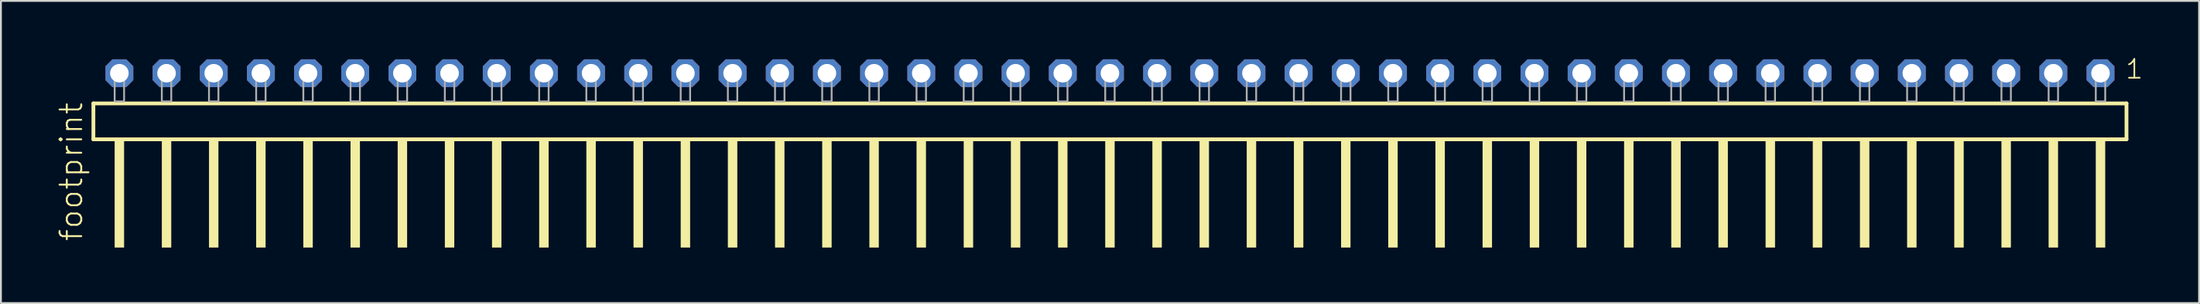
<source format=kicad_pcb>
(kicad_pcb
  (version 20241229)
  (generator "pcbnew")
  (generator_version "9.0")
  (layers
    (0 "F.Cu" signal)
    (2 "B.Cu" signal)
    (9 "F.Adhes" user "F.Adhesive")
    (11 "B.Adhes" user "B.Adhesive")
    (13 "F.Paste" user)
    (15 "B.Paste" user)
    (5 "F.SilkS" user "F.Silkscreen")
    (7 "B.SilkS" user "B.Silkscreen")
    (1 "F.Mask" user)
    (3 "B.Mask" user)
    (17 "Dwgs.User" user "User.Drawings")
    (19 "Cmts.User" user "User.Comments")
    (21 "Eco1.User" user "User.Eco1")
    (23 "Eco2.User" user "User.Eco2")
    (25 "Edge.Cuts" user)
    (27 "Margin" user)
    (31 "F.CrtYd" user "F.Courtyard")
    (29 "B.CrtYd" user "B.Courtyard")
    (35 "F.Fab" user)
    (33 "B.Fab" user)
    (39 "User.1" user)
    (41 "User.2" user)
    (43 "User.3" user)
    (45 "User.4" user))
  (footprint "footprint"
    (layer "F.Cu")
    (at 56.718 2.428)
    (property "Reference" "footprint" (at -55.245 7.62 90) (layer "F.SilkS") (effects (font (size 1.168 1.168) (thickness 0.102)) (justify left bottom)))
    (fp_line (start -54.739 0.106) (end -54.739 2.046) (stroke (width 0.203) (type solid)) (layer "F.SilkS"))
    (fp_line (start -54.739 2.046) (end 54.739 2.046) (stroke (width 0.203) (type solid)) (layer "F.SilkS"))
    (fp_line (start 54.739 0.106) (end -54.739 0.106) (stroke (width 0.203) (type solid)) (layer "F.SilkS"))
    (fp_line (start 54.739 2.046) (end 54.739 0.106) (stroke (width 0.203) (type solid)) (layer "F.SilkS"))
    (fp_poly (pts (xy -53.594 7.89) (xy -53.086 7.89) (xy -53.086 2.04) (xy -53.594 2.04)) (stroke (width 0) (type solid)) (fill yes) (layer "F.SilkS"))
    (fp_poly (pts (xy -51.054 7.89) (xy -50.546 7.89) (xy -50.546 2.04) (xy -51.054 2.04)) (stroke (width 0) (type solid)) (fill yes) (layer "F.SilkS"))
    (fp_poly (pts (xy -48.514 7.89) (xy -48.006 7.89) (xy -48.006 2.04) (xy -48.514 2.04)) (stroke (width 0) (type solid)) (fill yes) (layer "F.SilkS"))
    (fp_poly (pts (xy -45.974 7.89) (xy -45.466 7.89) (xy -45.466 2.04) (xy -45.974 2.04)) (stroke (width 0) (type solid)) (fill yes) (layer "F.SilkS"))
    (fp_poly (pts (xy -43.434 7.89) (xy -42.926 7.89) (xy -42.926 2.04) (xy -43.434 2.04)) (stroke (width 0) (type solid)) (fill yes) (layer "F.SilkS"))
    (fp_poly (pts (xy -40.894 7.89) (xy -40.386 7.89) (xy -40.386 2.04) (xy -40.894 2.04)) (stroke (width 0) (type solid)) (fill yes) (layer "F.SilkS"))
    (fp_poly (pts (xy -38.354 7.89) (xy -37.846 7.89) (xy -37.846 2.04) (xy -38.354 2.04)) (stroke (width 0) (type solid)) (fill yes) (layer "F.SilkS"))
    (fp_poly (pts (xy -35.814 7.89) (xy -35.306 7.89) (xy -35.306 2.04) (xy -35.814 2.04)) (stroke (width 0) (type solid)) (fill yes) (layer "F.SilkS"))
    (fp_poly (pts (xy -33.274 7.89) (xy -32.766 7.89) (xy -32.766 2.04) (xy -33.274 2.04)) (stroke (width 0) (type solid)) (fill yes) (layer "F.SilkS"))
    (fp_poly (pts (xy -30.734 7.89) (xy -30.226 7.89) (xy -30.226 2.04) (xy -30.734 2.04)) (stroke (width 0) (type solid)) (fill yes) (layer "F.SilkS"))
    (fp_poly (pts (xy -28.194 7.89) (xy -27.686 7.89) (xy -27.686 2.04) (xy -28.194 2.04)) (stroke (width 0) (type solid)) (fill yes) (layer "F.SilkS"))
    (fp_poly (pts (xy -25.654 7.89) (xy -25.146 7.89) (xy -25.146 2.04) (xy -25.654 2.04)) (stroke (width 0) (type solid)) (fill yes) (layer "F.SilkS"))
    (fp_poly (pts (xy -23.114 7.89) (xy -22.606 7.89) (xy -22.606 2.04) (xy -23.114 2.04)) (stroke (width 0) (type solid)) (fill yes) (layer "F.SilkS"))
    (fp_poly (pts (xy -20.574 7.89) (xy -20.066 7.89) (xy -20.066 2.04) (xy -20.574 2.04)) (stroke (width 0) (type solid)) (fill yes) (layer "F.SilkS"))
    (fp_poly (pts (xy -18.034 7.89) (xy -17.526 7.89) (xy -17.526 2.04) (xy -18.034 2.04)) (stroke (width 0) (type solid)) (fill yes) (layer "F.SilkS"))
    (fp_poly (pts (xy -15.494 7.89) (xy -14.986 7.89) (xy -14.986 2.04) (xy -15.494 2.04)) (stroke (width 0) (type solid)) (fill yes) (layer "F.SilkS"))
    (fp_poly (pts (xy -12.954 7.89) (xy -12.446 7.89) (xy -12.446 2.04) (xy -12.954 2.04)) (stroke (width 0) (type solid)) (fill yes) (layer "F.SilkS"))
    (fp_poly (pts (xy -10.414 7.89) (xy -9.906 7.89) (xy -9.906 2.04) (xy -10.414 2.04)) (stroke (width 0) (type solid)) (fill yes) (layer "F.SilkS"))
    (fp_poly (pts (xy -7.874 7.89) (xy -7.366 7.89) (xy -7.366 2.04) (xy -7.874 2.04)) (stroke (width 0) (type solid)) (fill yes) (layer "F.SilkS"))
    (fp_poly (pts (xy -5.334 7.89) (xy -4.826 7.89) (xy -4.826 2.04) (xy -5.334 2.04)) (stroke (width 0) (type solid)) (fill yes) (layer "F.SilkS"))
    (fp_poly (pts (xy -2.794 7.89) (xy -2.286 7.89) (xy -2.286 2.04) (xy -2.794 2.04)) (stroke (width 0) (type solid)) (fill yes) (layer "F.SilkS"))
    (fp_poly (pts (xy -0.254 7.89) (xy 0.254 7.89) (xy 0.254 2.04) (xy -0.254 2.04)) (stroke (width 0) (type solid)) (fill yes) (layer "F.SilkS"))
    (fp_poly (pts (xy 2.286 7.89) (xy 2.794 7.89) (xy 2.794 2.04) (xy 2.286 2.04)) (stroke (width 0) (type solid)) (fill yes) (layer "F.SilkS"))
    (fp_poly (pts (xy 4.826 7.89) (xy 5.334 7.89) (xy 5.334 2.04) (xy 4.826 2.04)) (stroke (width 0) (type solid)) (fill yes) (layer "F.SilkS"))
    (fp_poly (pts (xy 7.366 7.89) (xy 7.874 7.89) (xy 7.874 2.04) (xy 7.366 2.04)) (stroke (width 0) (type solid)) (fill yes) (layer "F.SilkS"))
    (fp_poly (pts (xy 9.906 7.89) (xy 10.414 7.89) (xy 10.414 2.04) (xy 9.906 2.04)) (stroke (width 0) (type solid)) (fill yes) (layer "F.SilkS"))
    (fp_poly (pts (xy 12.446 7.89) (xy 12.954 7.89) (xy 12.954 2.04) (xy 12.446 2.04)) (stroke (width 0) (type solid)) (fill yes) (layer "F.SilkS"))
    (fp_poly (pts (xy 14.986 7.89) (xy 15.494 7.89) (xy 15.494 2.04) (xy 14.986 2.04)) (stroke (width 0) (type solid)) (fill yes) (layer "F.SilkS"))
    (fp_poly (pts (xy 17.526 7.89) (xy 18.034 7.89) (xy 18.034 2.04) (xy 17.526 2.04)) (stroke (width 0) (type solid)) (fill yes) (layer "F.SilkS"))
    (fp_poly (pts (xy 20.066 7.89) (xy 20.574 7.89) (xy 20.574 2.04) (xy 20.066 2.04)) (stroke (width 0) (type solid)) (fill yes) (layer "F.SilkS"))
    (fp_poly (pts (xy 22.606 7.89) (xy 23.114 7.89) (xy 23.114 2.04) (xy 22.606 2.04)) (stroke (width 0) (type solid)) (fill yes) (layer "F.SilkS"))
    (fp_poly (pts (xy 25.146 7.89) (xy 25.654 7.89) (xy 25.654 2.04) (xy 25.146 2.04)) (stroke (width 0) (type solid)) (fill yes) (layer "F.SilkS"))
    (fp_poly (pts (xy 27.686 7.89) (xy 28.194 7.89) (xy 28.194 2.04) (xy 27.686 2.04)) (stroke (width 0) (type solid)) (fill yes) (layer "F.SilkS"))
    (fp_poly (pts (xy 30.226 7.89) (xy 30.734 7.89) (xy 30.734 2.04) (xy 30.226 2.04)) (stroke (width 0) (type solid)) (fill yes) (layer "F.SilkS"))
    (fp_poly (pts (xy 32.766 7.89) (xy 33.274 7.89) (xy 33.274 2.04) (xy 32.766 2.04)) (stroke (width 0) (type solid)) (fill yes) (layer "F.SilkS"))
    (fp_poly (pts (xy 35.306 7.89) (xy 35.814 7.89) (xy 35.814 2.04) (xy 35.306 2.04)) (stroke (width 0) (type solid)) (fill yes) (layer "F.SilkS"))
    (fp_poly (pts (xy 37.846 7.89) (xy 38.354 7.89) (xy 38.354 2.04) (xy 37.846 2.04)) (stroke (width 0) (type solid)) (fill yes) (layer "F.SilkS"))
    (fp_poly (pts (xy 40.386 7.89) (xy 40.894 7.89) (xy 40.894 2.04) (xy 40.386 2.04)) (stroke (width 0) (type solid)) (fill yes) (layer "F.SilkS"))
    (fp_poly (pts (xy 42.926 7.89) (xy 43.434 7.89) (xy 43.434 2.04) (xy 42.926 2.04)) (stroke (width 0) (type solid)) (fill yes) (layer "F.SilkS"))
    (fp_poly (pts (xy 45.466 7.89) (xy 45.974 7.89) (xy 45.974 2.04) (xy 45.466 2.04)) (stroke (width 0) (type solid)) (fill yes) (layer "F.SilkS"))
    (fp_poly (pts (xy 48.006 7.89) (xy 48.514 7.89) (xy 48.514 2.04) (xy 48.006 2.04)) (stroke (width 0) (type solid)) (fill yes) (layer "F.SilkS"))
    (fp_poly (pts (xy 50.546 7.89) (xy 51.054 7.89) (xy 51.054 2.04) (xy 50.546 2.04)) (stroke (width 0) (type solid)) (fill yes) (layer "F.SilkS"))
    (fp_poly (pts (xy 53.086 7.89) (xy 53.594 7.89) (xy 53.594 2.04) (xy 53.086 2.04)) (stroke (width 0) (type solid)) (fill yes) (layer "F.SilkS"))
    (fp_poly (pts (xy -53.594 0) (xy -53.086 0) (xy -53.086 -1.778) (xy -53.594 -1.778)) (stroke (width 0.1) (type solid)) (fill no) (layer "F.Fab"))
    (fp_poly (pts (xy -51.054 0) (xy -50.546 0) (xy -50.546 -1.778) (xy -51.054 -1.778)) (stroke (width 0.1) (type solid)) (fill no) (layer "F.Fab"))
    (fp_poly (pts (xy -48.514 0) (xy -48.006 0) (xy -48.006 -1.778) (xy -48.514 -1.778)) (stroke (width 0.1) (type solid)) (fill no) (layer "F.Fab"))
    (fp_poly (pts (xy -45.974 0) (xy -45.466 0) (xy -45.466 -1.778) (xy -45.974 -1.778)) (stroke (width 0.1) (type solid)) (fill no) (layer "F.Fab"))
    (fp_poly (pts (xy -43.434 0) (xy -42.926 0) (xy -42.926 -1.778) (xy -43.434 -1.778)) (stroke (width 0.1) (type solid)) (fill no) (layer "F.Fab"))
    (fp_poly (pts (xy -40.894 0) (xy -40.386 0) (xy -40.386 -1.778) (xy -40.894 -1.778)) (stroke (width 0.1) (type solid)) (fill no) (layer "F.Fab"))
    (fp_poly (pts (xy -38.354 0) (xy -37.846 0) (xy -37.846 -1.778) (xy -38.354 -1.778)) (stroke (width 0.1) (type solid)) (fill no) (layer "F.Fab"))
    (fp_poly (pts (xy -35.814 0) (xy -35.306 0) (xy -35.306 -1.778) (xy -35.814 -1.778)) (stroke (width 0.1) (type solid)) (fill no) (layer "F.Fab"))
    (fp_poly (pts (xy -33.274 0) (xy -32.766 0) (xy -32.766 -1.778) (xy -33.274 -1.778)) (stroke (width 0.1) (type solid)) (fill no) (layer "F.Fab"))
    (fp_poly (pts (xy -30.734 0) (xy -30.226 0) (xy -30.226 -1.778) (xy -30.734 -1.778)) (stroke (width 0.1) (type solid)) (fill no) (layer "F.Fab"))
    (fp_poly (pts (xy -28.194 0) (xy -27.686 0) (xy -27.686 -1.778) (xy -28.194 -1.778)) (stroke (width 0.1) (type solid)) (fill no) (layer "F.Fab"))
    (fp_poly (pts (xy -25.654 0) (xy -25.146 0) (xy -25.146 -1.778) (xy -25.654 -1.778)) (stroke (width 0.1) (type solid)) (fill no) (layer "F.Fab"))
    (fp_poly (pts (xy -23.114 0) (xy -22.606 0) (xy -22.606 -1.778) (xy -23.114 -1.778)) (stroke (width 0.1) (type solid)) (fill no) (layer "F.Fab"))
    (fp_poly (pts (xy -20.574 0) (xy -20.066 0) (xy -20.066 -1.778) (xy -20.574 -1.778)) (stroke (width 0.1) (type solid)) (fill no) (layer "F.Fab"))
    (fp_poly (pts (xy -18.034 0) (xy -17.526 0) (xy -17.526 -1.778) (xy -18.034 -1.778)) (stroke (width 0.1) (type solid)) (fill no) (layer "F.Fab"))
    (fp_poly (pts (xy -15.494 0) (xy -14.986 0) (xy -14.986 -1.778) (xy -15.494 -1.778)) (stroke (width 0.1) (type solid)) (fill no) (layer "F.Fab"))
    (fp_poly (pts (xy -12.954 0) (xy -12.446 0) (xy -12.446 -1.778) (xy -12.954 -1.778)) (stroke (width 0.1) (type solid)) (fill no) (layer "F.Fab"))
    (fp_poly (pts (xy -10.414 0) (xy -9.906 0) (xy -9.906 -1.778) (xy -10.414 -1.778)) (stroke (width 0.1) (type solid)) (fill no) (layer "F.Fab"))
    (fp_poly (pts (xy -7.874 0) (xy -7.366 0) (xy -7.366 -1.778) (xy -7.874 -1.778)) (stroke (width 0.1) (type solid)) (fill no) (layer "F.Fab"))
    (fp_poly (pts (xy -5.334 0) (xy -4.826 0) (xy -4.826 -1.778) (xy -5.334 -1.778)) (stroke (width 0.1) (type solid)) (fill no) (layer "F.Fab"))
    (fp_poly (pts (xy -2.794 0) (xy -2.286 0) (xy -2.286 -1.778) (xy -2.794 -1.778)) (stroke (width 0.1) (type solid)) (fill no) (layer "F.Fab"))
    (fp_poly (pts (xy -0.254 0) (xy 0.254 0) (xy 0.254 -1.778) (xy -0.254 -1.778)) (stroke (width 0.1) (type solid)) (fill no) (layer "F.Fab"))
    (fp_poly (pts (xy 2.286 0) (xy 2.794 0) (xy 2.794 -1.778) (xy 2.286 -1.778)) (stroke (width 0.1) (type solid)) (fill no) (layer "F.Fab"))
    (fp_poly (pts (xy 4.826 0) (xy 5.334 0) (xy 5.334 -1.778) (xy 4.826 -1.778)) (stroke (width 0.1) (type solid)) (fill no) (layer "F.Fab"))
    (fp_poly (pts (xy 7.366 0) (xy 7.874 0) (xy 7.874 -1.778) (xy 7.366 -1.778)) (stroke (width 0.1) (type solid)) (fill no) (layer "F.Fab"))
    (fp_poly (pts (xy 9.906 0) (xy 10.414 0) (xy 10.414 -1.778) (xy 9.906 -1.778)) (stroke (width 0.1) (type solid)) (fill no) (layer "F.Fab"))
    (fp_poly (pts (xy 12.446 0) (xy 12.954 0) (xy 12.954 -1.778) (xy 12.446 -1.778)) (stroke (width 0.1) (type solid)) (fill no) (layer "F.Fab"))
    (fp_poly (pts (xy 14.986 0) (xy 15.494 0) (xy 15.494 -1.778) (xy 14.986 -1.778)) (stroke (width 0.1) (type solid)) (fill no) (layer "F.Fab"))
    (fp_poly (pts (xy 17.526 0) (xy 18.034 0) (xy 18.034 -1.778) (xy 17.526 -1.778)) (stroke (width 0.1) (type solid)) (fill no) (layer "F.Fab"))
    (fp_poly (pts (xy 20.066 0) (xy 20.574 0) (xy 20.574 -1.778) (xy 20.066 -1.778)) (stroke (width 0.1) (type solid)) (fill no) (layer "F.Fab"))
    (fp_poly (pts (xy 22.606 0) (xy 23.114 0) (xy 23.114 -1.778) (xy 22.606 -1.778)) (stroke (width 0.1) (type solid)) (fill no) (layer "F.Fab"))
    (fp_poly (pts (xy 25.146 0) (xy 25.654 0) (xy 25.654 -1.778) (xy 25.146 -1.778)) (stroke (width 0.1) (type solid)) (fill no) (layer "F.Fab"))
    (fp_poly (pts (xy 27.686 0) (xy 28.194 0) (xy 28.194 -1.778) (xy 27.686 -1.778)) (stroke (width 0.1) (type solid)) (fill no) (layer "F.Fab"))
    (fp_poly (pts (xy 30.226 0) (xy 30.734 0) (xy 30.734 -1.778) (xy 30.226 -1.778)) (stroke (width 0.1) (type solid)) (fill no) (layer "F.Fab"))
    (fp_poly (pts (xy 32.766 0) (xy 33.274 0) (xy 33.274 -1.778) (xy 32.766 -1.778)) (stroke (width 0.1) (type solid)) (fill no) (layer "F.Fab"))
    (fp_poly (pts (xy 35.306 0) (xy 35.814 0) (xy 35.814 -1.778) (xy 35.306 -1.778)) (stroke (width 0.1) (type solid)) (fill no) (layer "F.Fab"))
    (fp_poly (pts (xy 37.846 0) (xy 38.354 0) (xy 38.354 -1.778) (xy 37.846 -1.778)) (stroke (width 0.1) (type solid)) (fill no) (layer "F.Fab"))
    (fp_poly (pts (xy 40.386 0) (xy 40.894 0) (xy 40.894 -1.778) (xy 40.386 -1.778)) (stroke (width 0.1) (type solid)) (fill no) (layer "F.Fab"))
    (fp_poly (pts (xy 42.926 0) (xy 43.434 0) (xy 43.434 -1.778) (xy 42.926 -1.778)) (stroke (width 0.1) (type solid)) (fill no) (layer "F.Fab"))
    (fp_poly (pts (xy 45.466 0) (xy 45.974 0) (xy 45.974 -1.778) (xy 45.466 -1.778)) (stroke (width 0.1) (type solid)) (fill no) (layer "F.Fab"))
    (fp_poly (pts (xy 48.006 0) (xy 48.514 0) (xy 48.514 -1.778) (xy 48.006 -1.778)) (stroke (width 0.1) (type solid)) (fill no) (layer "F.Fab"))
    (fp_poly (pts (xy 50.546 0) (xy 51.054 0) (xy 51.054 -1.778) (xy 50.546 -1.778)) (stroke (width 0.1) (type solid)) (fill no) (layer "F.Fab"))
    (fp_poly (pts (xy 53.086 0) (xy 53.594 0) (xy 53.594 -1.778) (xy 53.086 -1.778)) (stroke (width 0.1) (type solid)) (fill no) (layer "F.Fab"))
    (fp_text user "1" (at 54.622 -1.152 0) (layer "F.SilkS") (effects (font (size 1.012 1.012) (thickness 0.088)) (justify left bottom)))
    (pad "1" thru_hole roundrect (at 53.34 -1.524 180) (size 1.5 1.5) (drill 1) (layers "*.Cu" "*.Mask") (roundrect_rratio 0.25) (chamfer_ratio 0.25) (chamfer top_left top_right bottom_left bottom_right))
    (pad "2" thru_hole roundrect (at 50.8 -1.524 180) (size 1.5 1.5) (drill 1) (layers "*.Cu" "*.Mask") (roundrect_rratio 0.25) (chamfer_ratio 0.25) (chamfer top_left top_right bottom_left bottom_right))
    (pad "3" thru_hole roundrect (at 48.26 -1.524 180) (size 1.5 1.5) (drill 1) (layers "*.Cu" "*.Mask") (roundrect_rratio 0.25) (chamfer_ratio 0.25) (chamfer top_left top_right bottom_left bottom_right))
    (pad "4" thru_hole roundrect (at 45.72 -1.524 180) (size 1.5 1.5) (drill 1) (layers "*.Cu" "*.Mask") (roundrect_rratio 0.25) (chamfer_ratio 0.25) (chamfer top_left top_right bottom_left bottom_right))
    (pad "5" thru_hole roundrect (at 43.18 -1.524 180) (size 1.5 1.5) (drill 1) (layers "*.Cu" "*.Mask") (roundrect_rratio 0.25) (chamfer_ratio 0.25) (chamfer top_left top_right bottom_left bottom_right))
    (pad "6" thru_hole roundrect (at 40.64 -1.524 180) (size 1.5 1.5) (drill 1) (layers "*.Cu" "*.Mask") (roundrect_rratio 0.25) (chamfer_ratio 0.25) (chamfer top_left top_right bottom_left bottom_right))
    (pad "7" thru_hole roundrect (at 38.1 -1.524 180) (size 1.5 1.5) (drill 1) (layers "*.Cu" "*.Mask") (roundrect_rratio 0.25) (chamfer_ratio 0.25) (chamfer top_left top_right bottom_left bottom_right))
    (pad "8" thru_hole roundrect (at 35.56 -1.524 180) (size 1.5 1.5) (drill 1) (layers "*.Cu" "*.Mask") (roundrect_rratio 0.25) (chamfer_ratio 0.25) (chamfer top_left top_right bottom_left bottom_right))
    (pad "9" thru_hole roundrect (at 33.02 -1.524 180) (size 1.5 1.5) (drill 1) (layers "*.Cu" "*.Mask") (roundrect_rratio 0.25) (chamfer_ratio 0.25) (chamfer top_left top_right bottom_left bottom_right))
    (pad "10" thru_hole roundrect (at 30.48 -1.524 180) (size 1.5 1.5) (drill 1) (layers "*.Cu" "*.Mask") (roundrect_rratio 0.25) (chamfer_ratio 0.25) (chamfer top_left top_right bottom_left bottom_right))
    (pad "11" thru_hole roundrect (at 27.94 -1.524 180) (size 1.5 1.5) (drill 1) (layers "*.Cu" "*.Mask") (roundrect_rratio 0.25) (chamfer_ratio 0.25) (chamfer top_left top_right bottom_left bottom_right))
    (pad "12" thru_hole roundrect (at 25.4 -1.524 180) (size 1.5 1.5) (drill 1) (layers "*.Cu" "*.Mask") (roundrect_rratio 0.25) (chamfer_ratio 0.25) (chamfer top_left top_right bottom_left bottom_right))
    (pad "13" thru_hole roundrect (at 22.86 -1.524 180) (size 1.5 1.5) (drill 1) (layers "*.Cu" "*.Mask") (roundrect_rratio 0.25) (chamfer_ratio 0.25) (chamfer top_left top_right bottom_left bottom_right))
    (pad "14" thru_hole roundrect (at 20.32 -1.524 180) (size 1.5 1.5) (drill 1) (layers "*.Cu" "*.Mask") (roundrect_rratio 0.25) (chamfer_ratio 0.25) (chamfer top_left top_right bottom_left bottom_right))
    (pad "15" thru_hole roundrect (at 17.78 -1.524 180) (size 1.5 1.5) (drill 1) (layers "*.Cu" "*.Mask") (roundrect_rratio 0.25) (chamfer_ratio 0.25) (chamfer top_left top_right bottom_left bottom_right))
    (pad "16" thru_hole roundrect (at 15.24 -1.524 180) (size 1.5 1.5) (drill 1) (layers "*.Cu" "*.Mask") (roundrect_rratio 0.25) (chamfer_ratio 0.25) (chamfer top_left top_right bottom_left bottom_right))
    (pad "17" thru_hole roundrect (at 12.7 -1.524 180) (size 1.5 1.5) (drill 1) (layers "*.Cu" "*.Mask") (roundrect_rratio 0.25) (chamfer_ratio 0.25) (chamfer top_left top_right bottom_left bottom_right))
    (pad "18" thru_hole roundrect (at 10.16 -1.524 180) (size 1.5 1.5) (drill 1) (layers "*.Cu" "*.Mask") (roundrect_rratio 0.25) (chamfer_ratio 0.25) (chamfer top_left top_right bottom_left bottom_right))
    (pad "19" thru_hole roundrect (at 7.62 -1.524 180) (size 1.5 1.5) (drill 1) (layers "*.Cu" "*.Mask") (roundrect_rratio 0.25) (chamfer_ratio 0.25) (chamfer top_left top_right bottom_left bottom_right))
    (pad "20" thru_hole roundrect (at 5.08 -1.524 180) (size 1.5 1.5) (drill 1) (layers "*.Cu" "*.Mask") (roundrect_rratio 0.25) (chamfer_ratio 0.25) (chamfer top_left top_right bottom_left bottom_right))
    (pad "21" thru_hole roundrect (at 2.54 -1.524 180) (size 1.5 1.5) (drill 1) (layers "*.Cu" "*.Mask") (roundrect_rratio 0.25) (chamfer_ratio 0.25) (chamfer top_left top_right bottom_left bottom_right))
    (pad "22" thru_hole roundrect (at 0 -1.524 180) (size 1.5 1.5) (drill 1) (layers "*.Cu" "*.Mask") (roundrect_rratio 0.25) (chamfer_ratio 0.25) (chamfer top_left top_right bottom_left bottom_right))
    (pad "23" thru_hole roundrect (at -2.54 -1.524 180) (size 1.5 1.5) (drill 1) (layers "*.Cu" "*.Mask") (roundrect_rratio 0.25) (chamfer_ratio 0.25) (chamfer top_left top_right bottom_left bottom_right))
    (pad "24" thru_hole roundrect (at -5.08 -1.524 180) (size 1.5 1.5) (drill 1) (layers "*.Cu" "*.Mask") (roundrect_rratio 0.25) (chamfer_ratio 0.25) (chamfer top_left top_right bottom_left bottom_right))
    (pad "25" thru_hole roundrect (at -7.62 -1.524 180) (size 1.5 1.5) (drill 1) (layers "*.Cu" "*.Mask") (roundrect_rratio 0.25) (chamfer_ratio 0.25) (chamfer top_left top_right bottom_left bottom_right))
    (pad "26" thru_hole roundrect (at -10.16 -1.524 180) (size 1.5 1.5) (drill 1) (layers "*.Cu" "*.Mask") (roundrect_rratio 0.25) (chamfer_ratio 0.25) (chamfer top_left top_right bottom_left bottom_right))
    (pad "27" thru_hole roundrect (at -12.7 -1.524 180) (size 1.5 1.5) (drill 1) (layers "*.Cu" "*.Mask") (roundrect_rratio 0.25) (chamfer_ratio 0.25) (chamfer top_left top_right bottom_left bottom_right))
    (pad "28" thru_hole roundrect (at -15.24 -1.524 180) (size 1.5 1.5) (drill 1) (layers "*.Cu" "*.Mask") (roundrect_rratio 0.25) (chamfer_ratio 0.25) (chamfer top_left top_right bottom_left bottom_right))
    (pad "29" thru_hole roundrect (at -17.78 -1.524 180) (size 1.5 1.5) (drill 1) (layers "*.Cu" "*.Mask") (roundrect_rratio 0.25) (chamfer_ratio 0.25) (chamfer top_left top_right bottom_left bottom_right))
    (pad "30" thru_hole roundrect (at -20.32 -1.524 180) (size 1.5 1.5) (drill 1) (layers "*.Cu" "*.Mask") (roundrect_rratio 0.25) (chamfer_ratio 0.25) (chamfer top_left top_right bottom_left bottom_right))
    (pad "31" thru_hole roundrect (at -22.86 -1.524 180) (size 1.5 1.5) (drill 1) (layers "*.Cu" "*.Mask") (roundrect_rratio 0.25) (chamfer_ratio 0.25) (chamfer top_left top_right bottom_left bottom_right))
    (pad "32" thru_hole roundrect (at -25.4 -1.524 180) (size 1.5 1.5) (drill 1) (layers "*.Cu" "*.Mask") (roundrect_rratio 0.25) (chamfer_ratio 0.25) (chamfer top_left top_right bottom_left bottom_right))
    (pad "33" thru_hole roundrect (at -27.94 -1.524 180) (size 1.5 1.5) (drill 1) (layers "*.Cu" "*.Mask") (roundrect_rratio 0.25) (chamfer_ratio 0.25) (chamfer top_left top_right bottom_left bottom_right))
    (pad "34" thru_hole roundrect (at -30.48 -1.524 180) (size 1.5 1.5) (drill 1) (layers "*.Cu" "*.Mask") (roundrect_rratio 0.25) (chamfer_ratio 0.25) (chamfer top_left top_right bottom_left bottom_right))
    (pad "35" thru_hole roundrect (at -33.02 -1.524 180) (size 1.5 1.5) (drill 1) (layers "*.Cu" "*.Mask") (roundrect_rratio 0.25) (chamfer_ratio 0.25) (chamfer top_left top_right bottom_left bottom_right))
    (pad "36" thru_hole roundrect (at -35.56 -1.524 180) (size 1.5 1.5) (drill 1) (layers "*.Cu" "*.Mask") (roundrect_rratio 0.25) (chamfer_ratio 0.25) (chamfer top_left top_right bottom_left bottom_right))
    (pad "37" thru_hole roundrect (at -38.1 -1.524 180) (size 1.5 1.5) (drill 1) (layers "*.Cu" "*.Mask") (roundrect_rratio 0.25) (chamfer_ratio 0.25) (chamfer top_left top_right bottom_left bottom_right))
    (pad "38" thru_hole roundrect (at -40.64 -1.524 180) (size 1.5 1.5) (drill 1) (layers "*.Cu" "*.Mask") (roundrect_rratio 0.25) (chamfer_ratio 0.25) (chamfer top_left top_right bottom_left bottom_right))
    (pad "39" thru_hole roundrect (at -43.18 -1.524 180) (size 1.5 1.5) (drill 1) (layers "*.Cu" "*.Mask") (roundrect_rratio 0.25) (chamfer_ratio 0.25) (chamfer top_left top_right bottom_left bottom_right))
    (pad "40" thru_hole roundrect (at -45.72 -1.524 180) (size 1.5 1.5) (drill 1) (layers "*.Cu" "*.Mask") (roundrect_rratio 0.25) (chamfer_ratio 0.25) (chamfer top_left top_right bottom_left bottom_right))
    (pad "41" thru_hole roundrect (at -48.26 -1.524 180) (size 1.5 1.5) (drill 1) (layers "*.Cu" "*.Mask") (roundrect_rratio 0.25) (chamfer_ratio 0.25) (chamfer top_left top_right bottom_left bottom_right))
    (pad "42" thru_hole roundrect (at -50.8 -1.524 180) (size 1.5 1.5) (drill 1) (layers "*.Cu" "*.Mask") (roundrect_rratio 0.25) (chamfer_ratio 0.25) (chamfer top_left top_right bottom_left bottom_right))
    (pad "43" thru_hole roundrect (at -53.34 -1.524 180) (size 1.5 1.5) (drill 1) (layers "*.Cu" "*.Mask") (roundrect_rratio 0.25) (chamfer_ratio 0.25) (chamfer top_left top_right bottom_left bottom_right)))
  (gr_rect
    (start -3 -3)
    (end 115.366 13.318)
    (stroke (width 0.1) (type default))
    (fill no)
    (layer "Edge.Cuts")))
</source>
